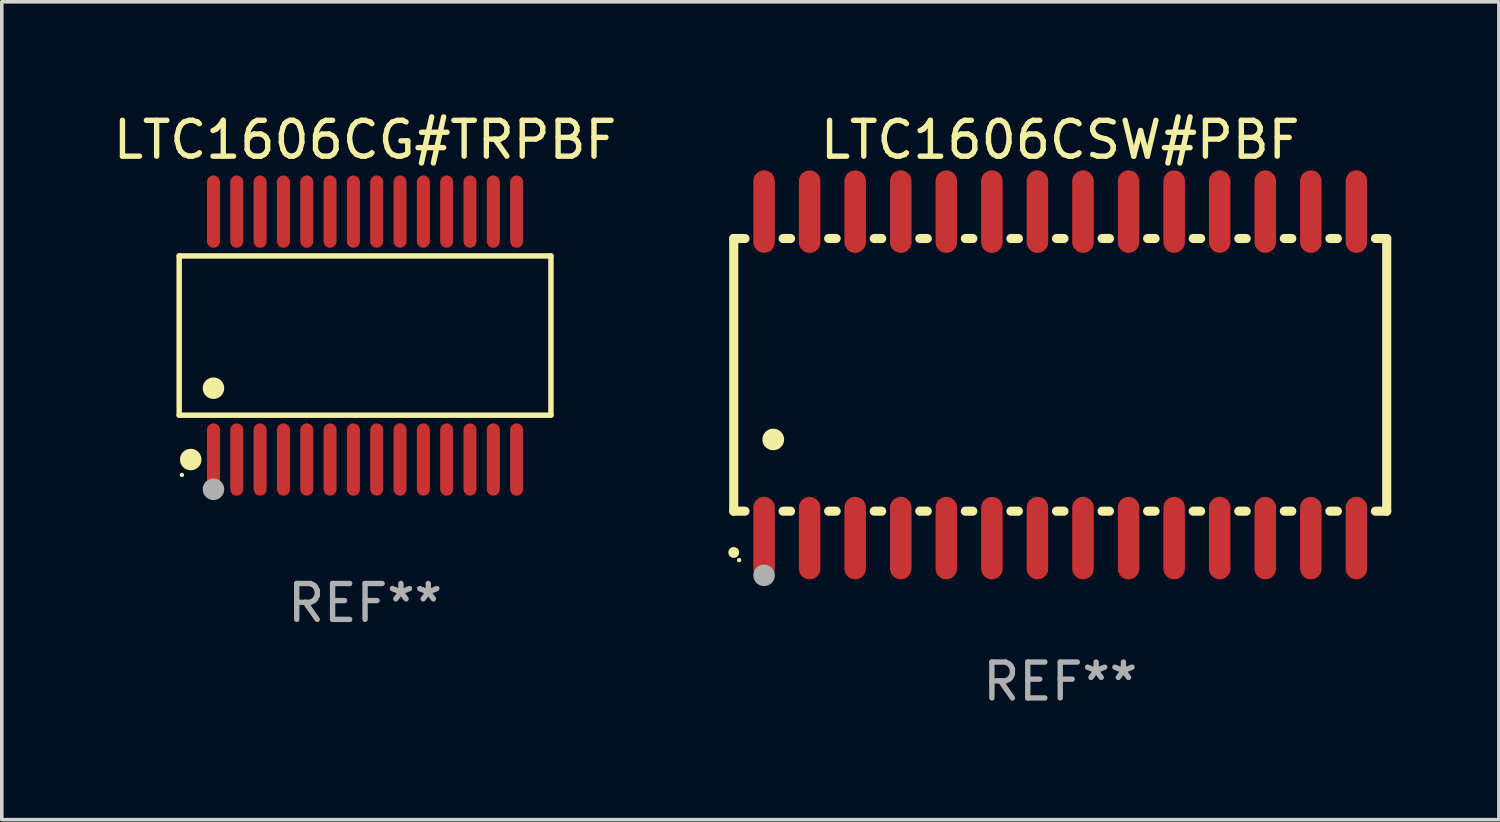
<source format=kicad_pcb>
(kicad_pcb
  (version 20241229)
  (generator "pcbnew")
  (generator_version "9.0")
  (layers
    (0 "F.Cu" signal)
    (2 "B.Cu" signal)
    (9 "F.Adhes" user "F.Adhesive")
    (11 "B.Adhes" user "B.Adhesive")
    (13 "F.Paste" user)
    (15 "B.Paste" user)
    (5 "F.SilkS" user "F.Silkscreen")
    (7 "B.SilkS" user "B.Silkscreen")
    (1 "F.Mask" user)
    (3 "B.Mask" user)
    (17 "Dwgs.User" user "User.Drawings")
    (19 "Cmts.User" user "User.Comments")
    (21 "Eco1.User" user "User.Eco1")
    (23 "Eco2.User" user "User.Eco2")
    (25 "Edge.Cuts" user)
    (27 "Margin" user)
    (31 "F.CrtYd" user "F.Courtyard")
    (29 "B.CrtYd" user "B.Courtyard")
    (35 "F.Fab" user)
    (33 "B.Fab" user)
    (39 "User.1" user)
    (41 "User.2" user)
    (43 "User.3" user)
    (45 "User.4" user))
  (footprint "LTC1606CSW#PBF"
    (layer "F.Cu")
    (at 26.501 7.398)
    (property "Reference" "LTC1606CSW#PBF" (at 0 -6.55 0) (layer "F.SilkS") (effects (font (size 1 1) (thickness 0.15))))
    (attr through_hole)
    (fp_line (start -9.1 -3.8) (end -9.1 3.8) (stroke (width 0.254) (type solid)) (layer "F.SilkS"))
    (fp_line (start -9.1 -3.8) (end -8.786 -3.8) (stroke (width 0.254) (type solid)) (layer "F.SilkS"))
    (fp_line (start -9.1 3.8) (end -8.786 3.8) (stroke (width 0.254) (type solid)) (layer "F.SilkS"))
    (fp_line (start -7.724 -3.8) (end -7.516 -3.8) (stroke (width 0.254) (type solid)) (layer "F.SilkS"))
    (fp_line (start -7.724 3.8) (end -7.516 3.8) (stroke (width 0.254) (type solid)) (layer "F.SilkS"))
    (fp_line (start -6.454 -3.8) (end -6.246 -3.8) (stroke (width 0.254) (type solid)) (layer "F.SilkS"))
    (fp_line (start -6.454 3.8) (end -6.246 3.8) (stroke (width 0.254) (type solid)) (layer "F.SilkS"))
    (fp_line (start -5.184 -3.8) (end -4.976 -3.8) (stroke (width 0.254) (type solid)) (layer "F.SilkS"))
    (fp_line (start -5.184 3.8) (end -4.976 3.8) (stroke (width 0.254) (type solid)) (layer "F.SilkS"))
    (fp_line (start -3.914 -3.8) (end -3.706 -3.8) (stroke (width 0.254) (type solid)) (layer "F.SilkS"))
    (fp_line (start -3.914 3.8) (end -3.706 3.8) (stroke (width 0.254) (type solid)) (layer "F.SilkS"))
    (fp_line (start -2.644 -3.8) (end -2.436 -3.8) (stroke (width 0.254) (type solid)) (layer "F.SilkS"))
    (fp_line (start -2.644 3.8) (end -2.436 3.8) (stroke (width 0.254) (type solid)) (layer "F.SilkS"))
    (fp_line (start -1.374 -3.8) (end -1.166 -3.8) (stroke (width 0.254) (type solid)) (layer "F.SilkS"))
    (fp_line (start -1.374 3.8) (end -1.166 3.8) (stroke (width 0.254) (type solid)) (layer "F.SilkS"))
    (fp_line (start -0.104 -3.8) (end 0.104 -3.8) (stroke (width 0.254) (type solid)) (layer "F.SilkS"))
    (fp_line (start -0.104 3.8) (end 0.104 3.8) (stroke (width 0.254) (type solid)) (layer "F.SilkS"))
    (fp_line (start 1.166 -3.8) (end 1.374 -3.8) (stroke (width 0.254) (type solid)) (layer "F.SilkS"))
    (fp_line (start 1.166 3.8) (end 1.374 3.8) (stroke (width 0.254) (type solid)) (layer "F.SilkS"))
    (fp_line (start 2.436 -3.8) (end 2.644 -3.8) (stroke (width 0.254) (type solid)) (layer "F.SilkS"))
    (fp_line (start 2.436 3.8) (end 2.644 3.8) (stroke (width 0.254) (type solid)) (layer "F.SilkS"))
    (fp_line (start 3.706 -3.8) (end 3.914 -3.8) (stroke (width 0.254) (type solid)) (layer "F.SilkS"))
    (fp_line (start 3.706 3.8) (end 3.914 3.8) (stroke (width 0.254) (type solid)) (layer "F.SilkS"))
    (fp_line (start 4.976 -3.8) (end 5.184 -3.8) (stroke (width 0.254) (type solid)) (layer "F.SilkS"))
    (fp_line (start 4.976 3.8) (end 5.184 3.8) (stroke (width 0.254) (type solid)) (layer "F.SilkS"))
    (fp_line (start 6.246 -3.8) (end 6.454 -3.8) (stroke (width 0.254) (type solid)) (layer "F.SilkS"))
    (fp_line (start 6.246 3.8) (end 6.454 3.8) (stroke (width 0.254) (type solid)) (layer "F.SilkS"))
    (fp_line (start 7.516 -3.8) (end 7.724 -3.8) (stroke (width 0.254) (type solid)) (layer "F.SilkS"))
    (fp_line (start 7.516 3.8) (end 7.724 3.8) (stroke (width 0.254) (type solid)) (layer "F.SilkS"))
    (fp_line (start 8.786 -3.8) (end 9.1 -3.8) (stroke (width 0.254) (type solid)) (layer "F.SilkS"))
    (fp_line (start 8.786 3.8) (end 9.1 3.8) (stroke (width 0.254) (type solid)) (layer "F.SilkS"))
    (fp_line (start 9.1 -3.8) (end 9.1 3.8) (stroke (width 0.254) (type solid)) (layer "F.SilkS"))
    (fp_arc (start -9.100864 4.95047) (mid -9.099594 4.950465) (end -9.098324 4.95047) (stroke (width 0.3) (type solid)) (layer "F.SilkS"))
    (fp_arc (start -8.001041 1.800864) (mid -7.998501 1.800853) (end -7.995961 1.800864) (stroke (width 0.6) (type solid)) (layer "F.SilkS"))
    (fp_circle (center -8.95 5.163) (end -8.92 5.163) (stroke (width 0.06) (type solid)) (fill no) (layer "F.SilkS"))
    (fp_circle (center -8.255 5.588) (end -8.105 5.588) (stroke (width 0.3) (type solid)) (fill no) (layer "F.Fab"))
    (fp_text user "REF**" (at 0 8.55 0) (layer "F.Fab") (effects (font (size 1 1) (thickness 0.15))))
    (pad "1" smd oval (at -8.255 4.55 180) (size 0.6 2.3) (layers "F.Cu" "F.Mask" "F.Paste"))
    (pad "2" smd oval (at -6.985 4.55 180) (size 0.6 2.3) (layers "F.Cu" "F.Mask" "F.Paste"))
    (pad "3" smd oval (at -5.715 4.55 180) (size 0.6 2.3) (layers "F.Cu" "F.Mask" "F.Paste"))
    (pad "4" smd oval (at -4.445 4.55 180) (size 0.6 2.3) (layers "F.Cu" "F.Mask" "F.Paste"))
    (pad "5" smd oval (at -3.175 4.55 180) (size 0.6 2.3) (layers "F.Cu" "F.Mask" "F.Paste"))
    (pad "6" smd oval (at -1.905 4.55 180) (size 0.6 2.3) (layers "F.Cu" "F.Mask" "F.Paste"))
    (pad "7" smd oval (at -0.635 4.55 180) (size 0.6 2.3) (layers "F.Cu" "F.Mask" "F.Paste"))
    (pad "8" smd oval (at 0.635 4.55 180) (size 0.6 2.3) (layers "F.Cu" "F.Mask" "F.Paste"))
    (pad "9" smd oval (at 1.905 4.55 180) (size 0.6 2.3) (layers "F.Cu" "F.Mask" "F.Paste"))
    (pad "10" smd oval (at 3.175 4.55 180) (size 0.6 2.3) (layers "F.Cu" "F.Mask" "F.Paste"))
    (pad "11" smd oval (at 4.445 4.55 180) (size 0.6 2.3) (layers "F.Cu" "F.Mask" "F.Paste"))
    (pad "12" smd oval (at 5.715 4.55 180) (size 0.6 2.3) (layers "F.Cu" "F.Mask" "F.Paste"))
    (pad "13" smd oval (at 6.985 4.55 180) (size 0.6 2.3) (layers "F.Cu" "F.Mask" "F.Paste"))
    (pad "14" smd oval (at 8.255 4.55 180) (size 0.6 2.3) (layers "F.Cu" "F.Mask" "F.Paste"))
    (pad "15" smd oval (at 8.255 -4.55 180) (size 0.6 2.3) (layers "F.Cu" "F.Mask" "F.Paste"))
    (pad "16" smd oval (at 6.985 -4.55 180) (size 0.6 2.3) (layers "F.Cu" "F.Mask" "F.Paste"))
    (pad "17" smd oval (at 5.715 -4.55 180) (size 0.6 2.3) (layers "F.Cu" "F.Mask" "F.Paste"))
    (pad "18" smd oval (at 4.445 -4.55 180) (size 0.6 2.3) (layers "F.Cu" "F.Mask" "F.Paste"))
    (pad "19" smd oval (at 3.175 -4.55 180) (size 0.6 2.3) (layers "F.Cu" "F.Mask" "F.Paste"))
    (pad "20" smd oval (at 1.905 -4.55 180) (size 0.6 2.3) (layers "F.Cu" "F.Mask" "F.Paste"))
    (pad "21" smd oval (at 0.635 -4.55 180) (size 0.6 2.3) (layers "F.Cu" "F.Mask" "F.Paste"))
    (pad "22" smd oval (at -0.635 -4.55 180) (size 0.6 2.3) (layers "F.Cu" "F.Mask" "F.Paste"))
    (pad "23" smd oval (at -1.905 -4.55 180) (size 0.6 2.3) (layers "F.Cu" "F.Mask" "F.Paste"))
    (pad "24" smd oval (at -3.175 -4.55 180) (size 0.6 2.3) (layers "F.Cu" "F.Mask" "F.Paste"))
    (pad "25" smd oval (at -4.445 -4.55 180) (size 0.6 2.3) (layers "F.Cu" "F.Mask" "F.Paste"))
    (pad "26" smd oval (at -5.715 -4.55 180) (size 0.6 2.3) (layers "F.Cu" "F.Mask" "F.Paste"))
    (pad "27" smd oval (at -6.985 -4.55 180) (size 0.6 2.3) (layers "F.Cu" "F.Mask" "F.Paste"))
    (pad "28" smd oval (at -8.255 -4.55 180) (size 0.6 2.3) (layers "F.Cu" "F.Mask" "F.Paste")))
  (footprint "LTC1606CG#TRPBF"
    (layer "F.Cu")
    (at 7.125 6.303)
    (property "Reference" "LTC1606CG#TRPBF" (at 0 -5.455 0) (layer "F.SilkS") (effects (font (size 1 1) (thickness 0.15))))
    (attr through_hole)
    (fp_line (start -5.181 -2.219) (end 5.181 -2.219) (stroke (width 0.152) (type solid)) (layer "F.SilkS"))
    (fp_line (start -5.181 2.219) (end -5.181 -2.219) (stroke (width 0.152) (type solid)) (layer "F.SilkS"))
    (fp_line (start 5.181 -2.219) (end 5.181 2.219) (stroke (width 0.152) (type solid)) (layer "F.SilkS"))
    (fp_line (start 5.181 2.219) (end -5.181 2.219) (stroke (width 0.152) (type solid)) (layer "F.SilkS"))
    (fp_circle (center -5.105 3.885) (end -5.075 3.885) (stroke (width 0.06) (type solid)) (fill no) (layer "F.SilkS"))
    (fp_circle (center -4.859 3.455) (end -4.709 3.455) (stroke (width 0.3) (type solid)) (fill no) (layer "F.SilkS"))
    (fp_circle (center -4.225 1.467) (end -4.075 1.467) (stroke (width 0.3) (type solid)) (fill no) (layer "F.SilkS"))
    (fp_circle (center -4.225 4.285) (end -4.075 4.285) (stroke (width 0.3) (type solid)) (fill no) (layer "F.Fab"))
    (fp_text user "REF**" (at 0 7.455 0) (layer "F.Fab") (effects (font (size 1 1) (thickness 0.15))))
    (pad "1" smd oval (at -4.225 3.455) (size 0.364 2.015) (layers "F.Cu" "F.Mask" "F.Paste"))
    (pad "2" smd oval (at -3.575 3.455) (size 0.364 2.015) (layers "F.Cu" "F.Mask" "F.Paste"))
    (pad "3" smd oval (at -2.925 3.455) (size 0.364 2.015) (layers "F.Cu" "F.Mask" "F.Paste"))
    (pad "4" smd oval (at -2.275 3.455) (size 0.364 2.015) (layers "F.Cu" "F.Mask" "F.Paste"))
    (pad "5" smd oval (at -1.625 3.455) (size 0.364 2.015) (layers "F.Cu" "F.Mask" "F.Paste"))
    (pad "6" smd oval (at -0.975 3.455) (size 0.364 2.015) (layers "F.Cu" "F.Mask" "F.Paste"))
    (pad "7" smd oval (at -0.325 3.455) (size 0.364 2.015) (layers "F.Cu" "F.Mask" "F.Paste"))
    (pad "8" smd oval (at 0.325 3.455) (size 0.364 2.015) (layers "F.Cu" "F.Mask" "F.Paste"))
    (pad "9" smd oval (at 0.975 3.455) (size 0.364 2.015) (layers "F.Cu" "F.Mask" "F.Paste"))
    (pad "10" smd oval (at 1.625 3.455) (size 0.364 2.015) (layers "F.Cu" "F.Mask" "F.Paste"))
    (pad "11" smd oval (at 2.275 3.455) (size 0.364 2.015) (layers "F.Cu" "F.Mask" "F.Paste"))
    (pad "12" smd oval (at 2.925 3.455) (size 0.364 2.015) (layers "F.Cu" "F.Mask" "F.Paste"))
    (pad "13" smd oval (at 3.575 3.455) (size 0.364 2.015) (layers "F.Cu" "F.Mask" "F.Paste"))
    (pad "14" smd oval (at 4.225 3.455) (size 0.364 2.015) (layers "F.Cu" "F.Mask" "F.Paste"))
    (pad "15" smd oval (at 4.225 -3.455) (size 0.364 2.015) (layers "F.Cu" "F.Mask" "F.Paste"))
    (pad "16" smd oval (at 3.575 -3.455) (size 0.364 2.015) (layers "F.Cu" "F.Mask" "F.Paste"))
    (pad "17" smd oval (at 2.925 -3.455) (size 0.364 2.015) (layers "F.Cu" "F.Mask" "F.Paste"))
    (pad "18" smd oval (at 2.275 -3.455) (size 0.364 2.015) (layers "F.Cu" "F.Mask" "F.Paste"))
    (pad "19" smd oval (at 1.625 -3.455) (size 0.364 2.015) (layers "F.Cu" "F.Mask" "F.Paste"))
    (pad "20" smd oval (at 0.975 -3.455) (size 0.364 2.015) (layers "F.Cu" "F.Mask" "F.Paste"))
    (pad "21" smd oval (at 0.325 -3.455) (size 0.364 2.015) (layers "F.Cu" "F.Mask" "F.Paste"))
    (pad "22" smd oval (at -0.325 -3.455) (size 0.364 2.015) (layers "F.Cu" "F.Mask" "F.Paste"))
    (pad "23" smd oval (at -0.975 -3.455) (size 0.364 2.015) (layers "F.Cu" "F.Mask" "F.Paste"))
    (pad "24" smd oval (at -1.625 -3.455) (size 0.364 2.015) (layers "F.Cu" "F.Mask" "F.Paste"))
    (pad "25" smd oval (at -2.275 -3.455) (size 0.364 2.015) (layers "F.Cu" "F.Mask" "F.Paste"))
    (pad "26" smd oval (at -2.925 -3.455) (size 0.364 2.015) (layers "F.Cu" "F.Mask" "F.Paste"))
    (pad "27" smd oval (at -3.575 -3.455) (size 0.364 2.015) (layers "F.Cu" "F.Mask" "F.Paste"))
    (pad "28" smd oval (at -4.225 -3.455) (size 0.364 2.015) (layers "F.Cu" "F.Mask" "F.Paste")))
  (gr_rect
    (start -3 -3)
    (end 38.728 19.796)
    (stroke (width 0.1) (type default))
    (fill no)
    (layer "Edge.Cuts")))
</source>
